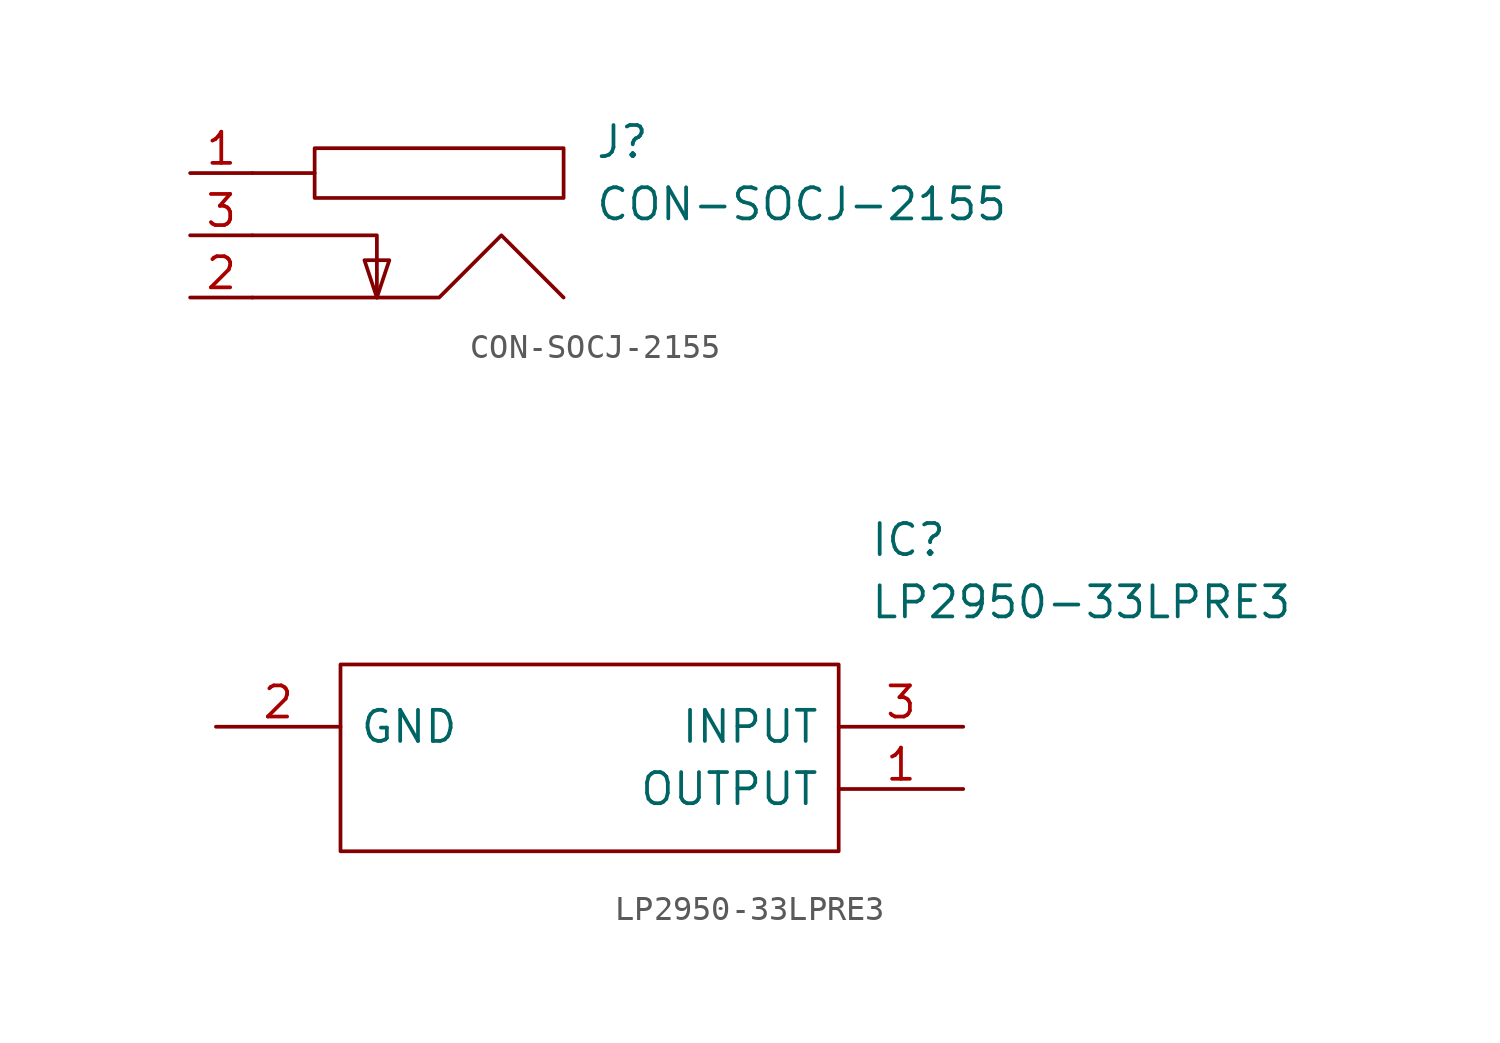
<source format=kicad_sym>
(kicad_symbol_lib
  (version 20211014)
  (generator kicad_symbol_editor)
  (symbol "CON-SOCJ-2155"
    (pin_names
      (offset 0.762))
    (property "Reference" "J"
      (at 16.51 1.27 0)
      (effects (font (size 1.27 1.27)) (justify left)))
    (property "Value" "CON-SOCJ-2155"
      (at 16.51 -1.27 0)
      (effects (font (size 1.27 1.27)) (justify left)))
    (symbol "CON-SOCJ-2155_0_0"
      (pin passive line (at 0 0 0) (length 2.54) (name "~" (effects (font (size 1.27 1.27)))) (number "1" (effects (font (size 1.27 1.27)))))
      (pin passive line (at 0 -5.08 0) (length 2.54) (name "~" (effects (font (size 1.27 1.27)))) (number "2" (effects (font (size 1.27 1.27)))))
      (pin passive line (at 0 -2.54 0) (length 2.54) (name "~" (effects (font (size 1.27 1.27)))) (number "3" (effects (font (size 1.27 1.27))))))
    (symbol "CON-SOCJ-2155_0_1"
      (polyline (pts (xy 2.54 0) (xy 5.08 0)) (stroke (width 0.152) (type default) (color 0 0 0 0)) (fill (type none)))
      (polyline (pts (xy 2.54 -2.54) (xy 7.62 -2.54) (xy 7.62 -5.08)) (stroke (width 0.152) (type default) (color 0 0 0 0)) (fill (type none)))
      (polyline (pts (xy 2.54 -5.08) (xy 10.16 -5.08) (xy 12.7 -2.54) (xy 15.24 -5.08)) (stroke (width 0.152) (type default) (color 0 0 0 0)) (fill (type none)))
      (polyline (pts (xy 7.62 -5.08) (xy 7.112 -3.556) (xy 8.128 -3.556) (xy 7.62 -5.08)) (stroke (width 0.152) (type default) (color 0 0 0 0)) (fill (type none)))
      (polyline (pts (xy 5.08 1.016) (xy 5.08 -1.016) (xy 15.24 -1.016) (xy 15.24 1.016) (xy 5.08 1.016)) (stroke (width 0.152) (type default) (color 0 0 0 0)) (fill (type none)))))
  (symbol "LP2950-33LPRE3"
    (pin_names
      (offset 0.762))
    (property "Reference" "IC"
      (at 26.67 7.62 0)
      (effects (font (size 1.27 1.27)) (justify left)))
    (property "Value" "LP2950-33LPRE3"
      (at 26.67 5.08 0)
      (effects (font (size 1.27 1.27)) (justify left)))
    (symbol "LP2950-33LPRE3_0_0"
      (pin passive line (at 30.48 -2.54 180) (length 5.08) (name "OUTPUT" (effects (font (size 1.27 1.27)))) (number "1" (effects (font (size 1.27 1.27)))))
      (pin passive line (at 0 0 0) (length 5.08) (name "GND" (effects (font (size 1.27 1.27)))) (number "2" (effects (font (size 1.27 1.27)))))
      (pin passive line (at 30.48 0 180) (length 5.08) (name "INPUT" (effects (font (size 1.27 1.27)))) (number "3" (effects (font (size 1.27 1.27))))))
    (symbol "LP2950-33LPRE3_0_1"
      (polyline (pts (xy 5.08 2.54) (xy 25.4 2.54) (xy 25.4 -5.08) (xy 5.08 -5.08) (xy 5.08 2.54)) (stroke (width 0.152) (type default) (color 0 0 0 0)) (fill (type none))))))
</source>
